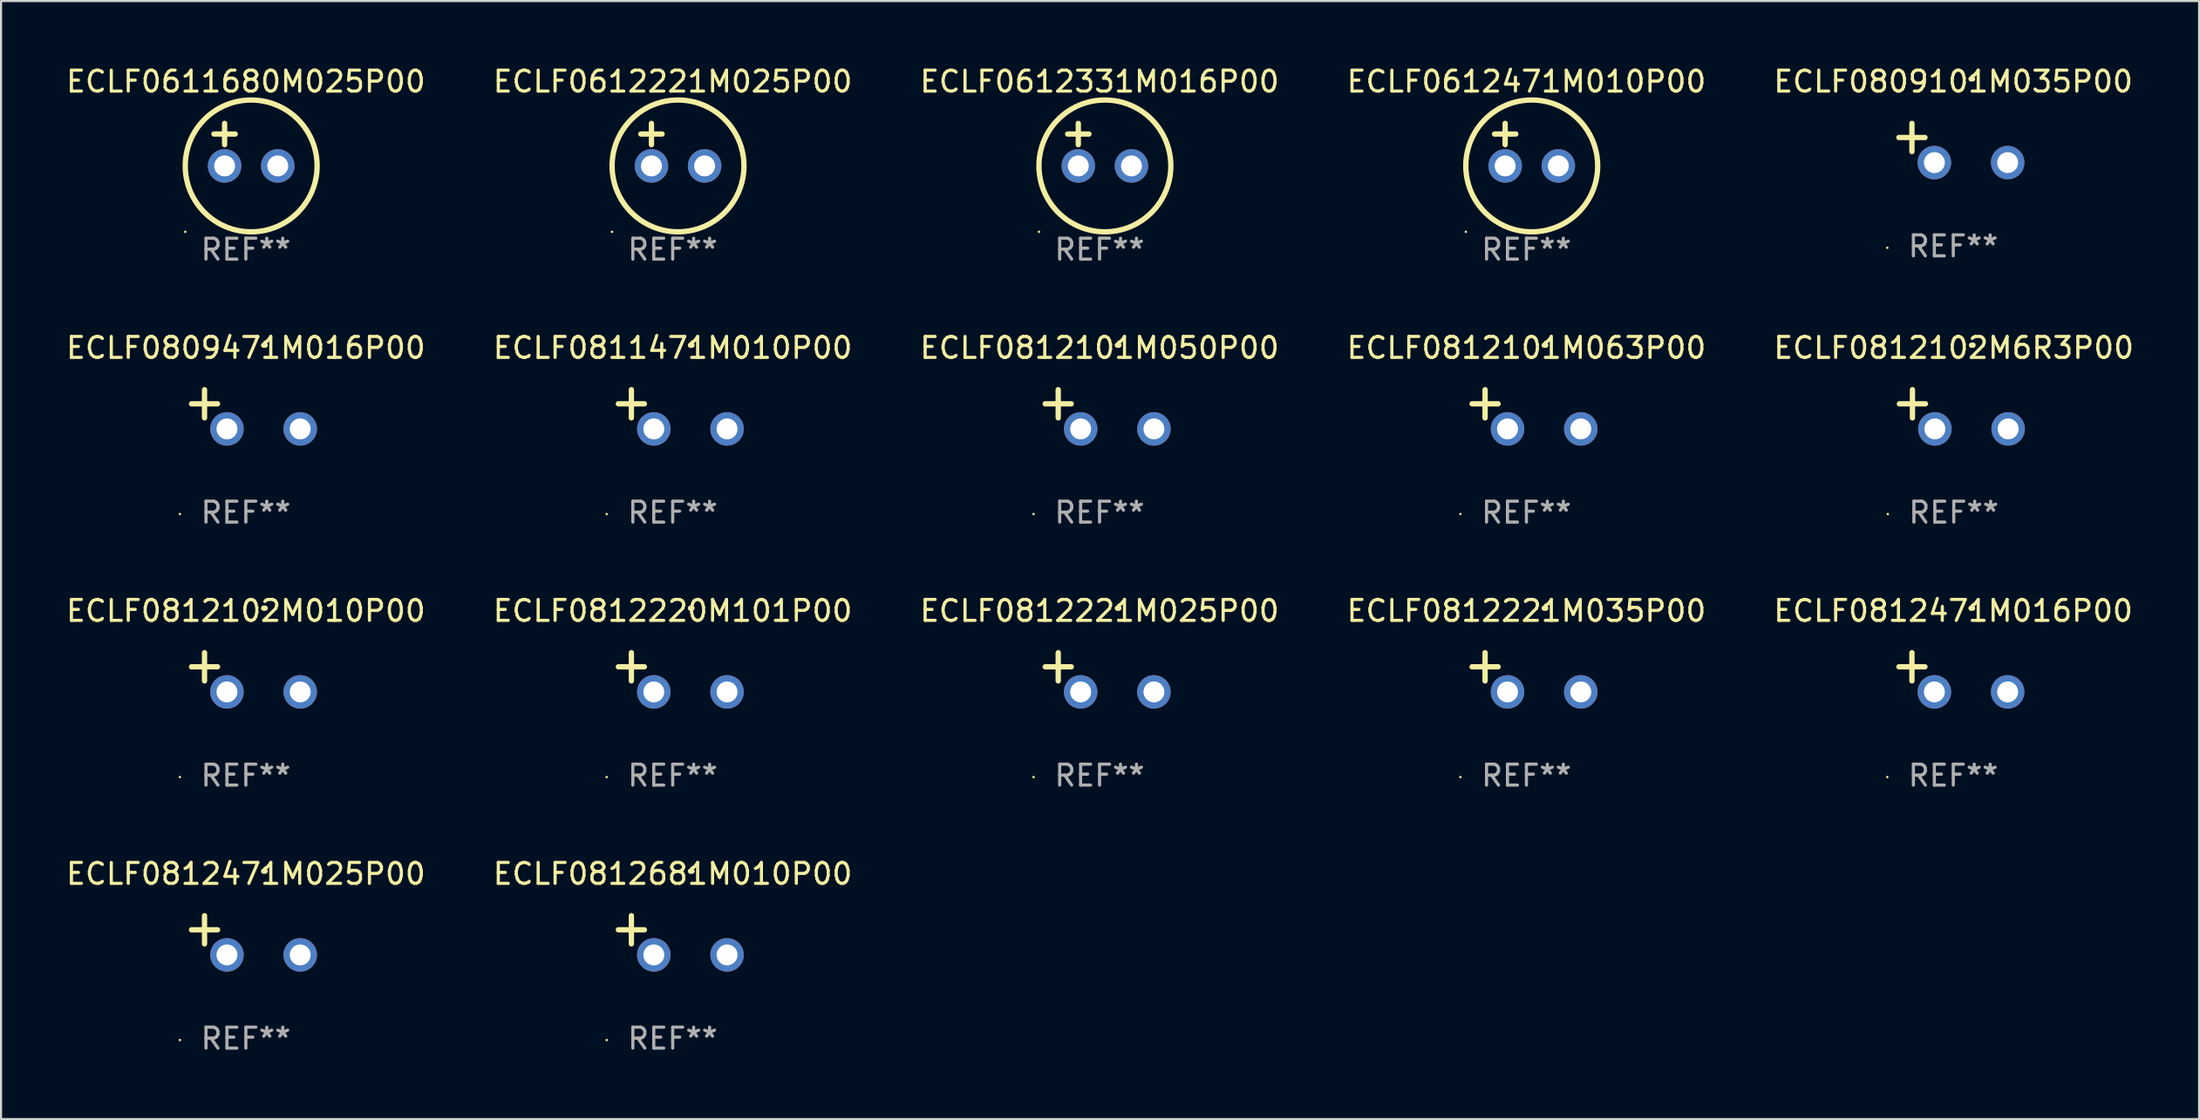
<source format=kicad_pcb>
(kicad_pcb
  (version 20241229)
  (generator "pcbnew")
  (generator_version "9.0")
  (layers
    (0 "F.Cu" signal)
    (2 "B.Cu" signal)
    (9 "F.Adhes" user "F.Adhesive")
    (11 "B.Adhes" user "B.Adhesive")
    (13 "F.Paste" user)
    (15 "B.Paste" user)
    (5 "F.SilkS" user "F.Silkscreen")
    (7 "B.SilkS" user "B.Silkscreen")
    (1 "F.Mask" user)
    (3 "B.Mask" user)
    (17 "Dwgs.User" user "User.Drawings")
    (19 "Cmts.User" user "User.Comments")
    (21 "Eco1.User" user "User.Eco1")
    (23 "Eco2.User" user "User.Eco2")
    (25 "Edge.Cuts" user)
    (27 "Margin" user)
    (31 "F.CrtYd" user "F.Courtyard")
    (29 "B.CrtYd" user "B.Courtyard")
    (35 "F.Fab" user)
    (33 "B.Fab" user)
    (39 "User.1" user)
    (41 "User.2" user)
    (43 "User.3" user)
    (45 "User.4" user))
  (footprint "ECLF0812471M016P00"
    (layer "F.Cu")
    (at 90.268 29.083)
    (property "Reference" "ECLF0812471M016P00" (at 0 -2.937 0) (layer "F.SilkS") (effects (font (size 1 1) (thickness 0.15))))
    (attr through_hole)
    (fp_line (start -1.975 0.41) (end -1.975 -0.937) (stroke (width 0.254) (type solid)) (layer "F.SilkS"))
    (fp_line (start -1.353 -0.263) (end -2.597 -0.263) (stroke (width 0.254) (type solid)) (layer "F.SilkS"))
    (fp_arc (start 0.849809 -3.063957) (mid 0.885369 -3.064114) (end 0.920929 -3.063957) (stroke (width 0.254001) (type solid)) (layer "F.SilkS"))
    (fp_circle (center -3.154 5.008) (end -3.124 5.008) (stroke (width 0.06) (type solid)) (fill no) (layer "F.SilkS"))
    (fp_text user "REF**" (at 0 4.937 0) (layer "F.Fab") (effects (font (size 1 1) (thickness 0.15))))
    (pad "1" thru_hole circle (at -0.903 0.937) (size 1.6 1.6) (drill 1) (layers "*.Cu" "*.Mask"))
    (pad "2" thru_hole circle (at 2.597 0.937) (size 1.6 1.6) (drill 1) (layers "*.Cu" "*.Mask")))
  (footprint "ECLF0612331M016P00"
    (layer "F.Cu")
    (at 49.482 3.864)
    (property "Reference" "ECLF0612331M016P00" (at 0 -3.016 0) (layer "F.SilkS") (effects (font (size 1 1) (thickness 0.15))))
    (attr through_hole)
    (fp_line (start -1.524 -0.508) (end -0.508 -0.508) (stroke (width 0.254) (type solid)) (layer "F.SilkS"))
    (fp_line (start -1.016 -1.016) (end -1.016 0) (stroke (width 0.254) (type solid)) (layer "F.SilkS"))
    (fp_circle (center -2.896 4.166) (end -2.866 4.166) (stroke (width 0.06) (type solid)) (fill no) (layer "F.SilkS"))
    (fp_circle (center 0.254 1.016) (end 3.404 1.016) (stroke (width 0.254) (type solid)) (fill no) (layer "F.SilkS"))
    (fp_text user "REF**" (at 0 5.016 0) (layer "F.Fab") (effects (font (size 1 1) (thickness 0.15))))
    (pad "1" thru_hole circle (at -1.016 1.016) (size 1.6 1.6) (drill 1) (layers "*.Cu" "*.Mask"))
    (pad "2" thru_hole circle (at 1.524 1.016) (size 1.6 1.6) (drill 1) (layers "*.Cu" "*.Mask")))
  (footprint "ECLF0809101M035P00"
    (layer "F.Cu")
    (at 90.268 3.785)
    (property "Reference" "ECLF0809101M035P00" (at 0 -2.937 0) (layer "F.SilkS") (effects (font (size 1 1) (thickness 0.15))))
    (attr through_hole)
    (fp_line (start -1.975 0.41) (end -1.975 -0.937) (stroke (width 0.254) (type solid)) (layer "F.SilkS"))
    (fp_line (start -1.353 -0.263) (end -2.597 -0.263) (stroke (width 0.254) (type solid)) (layer "F.SilkS"))
    (fp_arc (start 0.849809 -3.063957) (mid 0.885369 -3.064114) (end 0.920929 -3.063957) (stroke (width 0.254001) (type solid)) (layer "F.SilkS"))
    (fp_circle (center -3.154 5.008) (end -3.124 5.008) (stroke (width 0.06) (type solid)) (fill no) (layer "F.SilkS"))
    (fp_text user "REF**" (at 0 4.937 0) (layer "F.Fab") (effects (font (size 1 1) (thickness 0.15))))
    (pad "1" thru_hole circle (at -0.903 0.937) (size 1.6 1.6) (drill 1) (layers "*.Cu" "*.Mask"))
    (pad "2" thru_hole circle (at 2.597 0.937) (size 1.6 1.6) (drill 1) (layers "*.Cu" "*.Mask")))
  (footprint "ECLF0612221M025P00"
    (layer "F.Cu")
    (at 29.089 3.864)
    (property "Reference" "ECLF0612221M025P00" (at 0 -3.016 0) (layer "F.SilkS") (effects (font (size 1 1) (thickness 0.15))))
    (attr through_hole)
    (fp_line (start -1.524 -0.508) (end -0.508 -0.508) (stroke (width 0.254) (type solid)) (layer "F.SilkS"))
    (fp_line (start -1.016 -1.016) (end -1.016 0) (stroke (width 0.254) (type solid)) (layer "F.SilkS"))
    (fp_circle (center -2.896 4.166) (end -2.866 4.166) (stroke (width 0.06) (type solid)) (fill no) (layer "F.SilkS"))
    (fp_circle (center 0.254 1.016) (end 3.404 1.016) (stroke (width 0.254) (type solid)) (fill no) (layer "F.SilkS"))
    (fp_text user "REF**" (at 0 5.016 0) (layer "F.Fab") (effects (font (size 1 1) (thickness 0.15))))
    (pad "1" thru_hole circle (at -1.016 1.016) (size 1.6 1.6) (drill 1) (layers "*.Cu" "*.Mask"))
    (pad "2" thru_hole circle (at 1.524 1.016) (size 1.6 1.6) (drill 1) (layers "*.Cu" "*.Mask")))
  (footprint "ECLF0812221M025P00"
    (layer "F.Cu")
    (at 49.482 29.083)
    (property "Reference" "ECLF0812221M025P00" (at 0 -2.937 0) (layer "F.SilkS") (effects (font (size 1 1) (thickness 0.15))))
    (attr through_hole)
    (fp_line (start -1.975 0.41) (end -1.975 -0.937) (stroke (width 0.254) (type solid)) (layer "F.SilkS"))
    (fp_line (start -1.353 -0.263) (end -2.597 -0.263) (stroke (width 0.254) (type solid)) (layer "F.SilkS"))
    (fp_arc (start 0.849809 -3.063957) (mid 0.885369 -3.064114) (end 0.920929 -3.063957) (stroke (width 0.254001) (type solid)) (layer "F.SilkS"))
    (fp_circle (center -3.154 5.008) (end -3.124 5.008) (stroke (width 0.06) (type solid)) (fill no) (layer "F.SilkS"))
    (fp_text user "REF**" (at 0 4.937 0) (layer "F.Fab") (effects (font (size 1 1) (thickness 0.15))))
    (pad "1" thru_hole circle (at -0.903 0.937) (size 1.6 1.6) (drill 1) (layers "*.Cu" "*.Mask"))
    (pad "2" thru_hole circle (at 2.597 0.937) (size 1.6 1.6) (drill 1) (layers "*.Cu" "*.Mask")))
  (footprint "ECLF0612471M010P00"
    (layer "F.Cu")
    (at 69.875 3.864)
    (property "Reference" "ECLF0612471M010P00" (at 0 -3.016 0) (layer "F.SilkS") (effects (font (size 1 1) (thickness 0.15))))
    (attr through_hole)
    (fp_line (start -1.524 -0.508) (end -0.508 -0.508) (stroke (width 0.254) (type solid)) (layer "F.SilkS"))
    (fp_line (start -1.016 -1.016) (end -1.016 0) (stroke (width 0.254) (type solid)) (layer "F.SilkS"))
    (fp_circle (center -2.896 4.166) (end -2.866 4.166) (stroke (width 0.06) (type solid)) (fill no) (layer "F.SilkS"))
    (fp_circle (center 0.254 1.016) (end 3.404 1.016) (stroke (width 0.254) (type solid)) (fill no) (layer "F.SilkS"))
    (fp_text user "REF**" (at 0 5.016 0) (layer "F.Fab") (effects (font (size 1 1) (thickness 0.15))))
    (pad "1" thru_hole circle (at -1.016 1.016) (size 1.6 1.6) (drill 1) (layers "*.Cu" "*.Mask"))
    (pad "2" thru_hole circle (at 1.524 1.016) (size 1.6 1.6) (drill 1) (layers "*.Cu" "*.Mask")))
  (footprint "ECLF0812102M010P00"
    (layer "F.Cu")
    (at 8.696 29.083)
    (property "Reference" "ECLF0812102M010P00" (at 0 -2.937 0) (layer "F.SilkS") (effects (font (size 1 1) (thickness 0.15))))
    (attr through_hole)
    (fp_line (start -1.975 0.41) (end -1.975 -0.937) (stroke (width 0.254) (type solid)) (layer "F.SilkS"))
    (fp_line (start -1.353 -0.263) (end -2.597 -0.263) (stroke (width 0.254) (type solid)) (layer "F.SilkS"))
    (fp_arc (start 0.849809 -3.063957) (mid 0.885369 -3.064114) (end 0.920929 -3.063957) (stroke (width 0.254001) (type solid)) (layer "F.SilkS"))
    (fp_circle (center -3.154 5.008) (end -3.124 5.008) (stroke (width 0.06) (type solid)) (fill no) (layer "F.SilkS"))
    (fp_text user "REF**" (at 0 4.937 0) (layer "F.Fab") (effects (font (size 1 1) (thickness 0.15))))
    (pad "1" thru_hole circle (at -0.903 0.937) (size 1.6 1.6) (drill 1) (layers "*.Cu" "*.Mask"))
    (pad "2" thru_hole circle (at 2.597 0.937) (size 1.6 1.6) (drill 1) (layers "*.Cu" "*.Mask")))
  (footprint "ECLF0811471M010P00"
    (layer "F.Cu")
    (at 29.089 16.513)
    (property "Reference" "ECLF0811471M010P00" (at 0 -2.937 0) (layer "F.SilkS") (effects (font (size 1 1) (thickness 0.15))))
    (attr through_hole)
    (fp_line (start -1.975 0.41) (end -1.975 -0.937) (stroke (width 0.254) (type solid)) (layer "F.SilkS"))
    (fp_line (start -1.353 -0.263) (end -2.597 -0.263) (stroke (width 0.254) (type solid)) (layer "F.SilkS"))
    (fp_arc (start 0.849809 -3.063957) (mid 0.885369 -3.064114) (end 0.920929 -3.063957) (stroke (width 0.254001) (type solid)) (layer "F.SilkS"))
    (fp_circle (center -3.154 5.008) (end -3.124 5.008) (stroke (width 0.06) (type solid)) (fill no) (layer "F.SilkS"))
    (fp_text user "REF**" (at 0 4.937 0) (layer "F.Fab") (effects (font (size 1 1) (thickness 0.15))))
    (pad "1" thru_hole circle (at -0.903 0.937) (size 1.6 1.6) (drill 1) (layers "*.Cu" "*.Mask"))
    (pad "2" thru_hole circle (at 2.597 0.937) (size 1.6 1.6) (drill 1) (layers "*.Cu" "*.Mask")))
  (footprint "ECLF0809471M016P00"
    (layer "F.Cu")
    (at 8.696 16.513)
    (property "Reference" "ECLF0809471M016P00" (at 0 -2.937 0) (layer "F.SilkS") (effects (font (size 1 1) (thickness 0.15))))
    (attr through_hole)
    (fp_line (start -1.975 0.41) (end -1.975 -0.937) (stroke (width 0.254) (type solid)) (layer "F.SilkS"))
    (fp_line (start -1.353 -0.263) (end -2.597 -0.263) (stroke (width 0.254) (type solid)) (layer "F.SilkS"))
    (fp_arc (start 0.849809 -3.063957) (mid 0.885369 -3.064114) (end 0.920929 -3.063957) (stroke (width 0.254001) (type solid)) (layer "F.SilkS"))
    (fp_circle (center -3.154 5.008) (end -3.124 5.008) (stroke (width 0.06) (type solid)) (fill no) (layer "F.SilkS"))
    (fp_text user "REF**" (at 0 4.937 0) (layer "F.Fab") (effects (font (size 1 1) (thickness 0.15))))
    (pad "1" thru_hole circle (at -0.903 0.937) (size 1.6 1.6) (drill 1) (layers "*.Cu" "*.Mask"))
    (pad "2" thru_hole circle (at 2.597 0.937) (size 1.6 1.6) (drill 1) (layers "*.Cu" "*.Mask")))
  (footprint "ECLF0812681M010P00"
    (layer "F.Cu")
    (at 29.089 41.653)
    (property "Reference" "ECLF0812681M010P00" (at 0 -2.937 0) (layer "F.SilkS") (effects (font (size 1 1) (thickness 0.15))))
    (attr through_hole)
    (fp_line (start -1.975 0.41) (end -1.975 -0.937) (stroke (width 0.254) (type solid)) (layer "F.SilkS"))
    (fp_line (start -1.353 -0.263) (end -2.597 -0.263) (stroke (width 0.254) (type solid)) (layer "F.SilkS"))
    (fp_arc (start 0.849809 -3.063957) (mid 0.885369 -3.064114) (end 0.920929 -3.063957) (stroke (width 0.254001) (type solid)) (layer "F.SilkS"))
    (fp_circle (center -3.154 5.008) (end -3.124 5.008) (stroke (width 0.06) (type solid)) (fill no) (layer "F.SilkS"))
    (fp_text user "REF**" (at 0 4.937 0) (layer "F.Fab") (effects (font (size 1 1) (thickness 0.15))))
    (pad "1" thru_hole circle (at -0.903 0.937) (size 1.6 1.6) (drill 1) (layers "*.Cu" "*.Mask"))
    (pad "2" thru_hole circle (at 2.597 0.937) (size 1.6 1.6) (drill 1) (layers "*.Cu" "*.Mask")))
  (footprint "ECLF0611680M025P00"
    (layer "F.Cu")
    (at 8.696 3.864)
    (property "Reference" "ECLF0611680M025P00" (at 0 -3.016 0) (layer "F.SilkS") (effects (font (size 1 1) (thickness 0.15))))
    (attr through_hole)
    (fp_line (start -1.524 -0.508) (end -0.508 -0.508) (stroke (width 0.254) (type solid)) (layer "F.SilkS"))
    (fp_line (start -1.016 -1.016) (end -1.016 0) (stroke (width 0.254) (type solid)) (layer "F.SilkS"))
    (fp_circle (center -2.896 4.166) (end -2.866 4.166) (stroke (width 0.06) (type solid)) (fill no) (layer "F.SilkS"))
    (fp_circle (center 0.254 1.016) (end 3.404 1.016) (stroke (width 0.254) (type solid)) (fill no) (layer "F.SilkS"))
    (fp_text user "REF**" (at 0 5.016 0) (layer "F.Fab") (effects (font (size 1 1) (thickness 0.15))))
    (pad "1" thru_hole circle (at -1.016 1.016) (size 1.6 1.6) (drill 1) (layers "*.Cu" "*.Mask"))
    (pad "2" thru_hole circle (at 1.524 1.016) (size 1.6 1.6) (drill 1) (layers "*.Cu" "*.Mask")))
  (footprint "ECLF0812471M025P00"
    (layer "F.Cu")
    (at 8.696 41.653)
    (property "Reference" "ECLF0812471M025P00" (at 0 -2.937 0) (layer "F.SilkS") (effects (font (size 1 1) (thickness 0.15))))
    (attr through_hole)
    (fp_line (start -1.975 0.41) (end -1.975 -0.937) (stroke (width 0.254) (type solid)) (layer "F.SilkS"))
    (fp_line (start -1.353 -0.263) (end -2.597 -0.263) (stroke (width 0.254) (type solid)) (layer "F.SilkS"))
    (fp_arc (start 0.849809 -3.063957) (mid 0.885369 -3.064114) (end 0.920929 -3.063957) (stroke (width 0.254001) (type solid)) (layer "F.SilkS"))
    (fp_circle (center -3.154 5.008) (end -3.124 5.008) (stroke (width 0.06) (type solid)) (fill no) (layer "F.SilkS"))
    (fp_text user "REF**" (at 0 4.937 0) (layer "F.Fab") (effects (font (size 1 1) (thickness 0.15))))
    (pad "1" thru_hole circle (at -0.903 0.937) (size 1.6 1.6) (drill 1) (layers "*.Cu" "*.Mask"))
    (pad "2" thru_hole circle (at 2.597 0.937) (size 1.6 1.6) (drill 1) (layers "*.Cu" "*.Mask")))
  (footprint "ECLF0812102M6R3P00"
    (layer "F.Cu")
    (at 90.292 16.513)
    (property "Reference" "ECLF0812102M6R3P00" (at 0 -2.937 0) (layer "F.SilkS") (effects (font (size 1 1) (thickness 0.15))))
    (attr through_hole)
    (fp_line (start -1.975 0.41) (end -1.975 -0.937) (stroke (width 0.254) (type solid)) (layer "F.SilkS"))
    (fp_line (start -1.353 -0.263) (end -2.597 -0.263) (stroke (width 0.254) (type solid)) (layer "F.SilkS"))
    (fp_arc (start 0.849809 -3.063957) (mid 0.885369 -3.064114) (end 0.920929 -3.063957) (stroke (width 0.254001) (type solid)) (layer "F.SilkS"))
    (fp_circle (center -3.154 5.008) (end -3.124 5.008) (stroke (width 0.06) (type solid)) (fill no) (layer "F.SilkS"))
    (fp_text user "REF**" (at 0 4.937 0) (layer "F.Fab") (effects (font (size 1 1) (thickness 0.15))))
    (pad "1" thru_hole circle (at -0.903 0.937) (size 1.6 1.6) (drill 1) (layers "*.Cu" "*.Mask"))
    (pad "2" thru_hole circle (at 2.597 0.937) (size 1.6 1.6) (drill 1) (layers "*.Cu" "*.Mask")))
  (footprint "ECLF0812101M063P00"
    (layer "F.Cu")
    (at 69.875 16.513)
    (property "Reference" "ECLF0812101M063P00" (at 0 -2.937 0) (layer "F.SilkS") (effects (font (size 1 1) (thickness 0.15))))
    (attr through_hole)
    (fp_line (start -1.975 0.41) (end -1.975 -0.937) (stroke (width 0.254) (type solid)) (layer "F.SilkS"))
    (fp_line (start -1.353 -0.263) (end -2.597 -0.263) (stroke (width 0.254) (type solid)) (layer "F.SilkS"))
    (fp_arc (start 0.849809 -3.063957) (mid 0.885369 -3.064114) (end 0.920929 -3.063957) (stroke (width 0.254001) (type solid)) (layer "F.SilkS"))
    (fp_circle (center -3.154 5.008) (end -3.124 5.008) (stroke (width 0.06) (type solid)) (fill no) (layer "F.SilkS"))
    (fp_text user "REF**" (at 0 4.937 0) (layer "F.Fab") (effects (font (size 1 1) (thickness 0.15))))
    (pad "1" thru_hole circle (at -0.903 0.937) (size 1.6 1.6) (drill 1) (layers "*.Cu" "*.Mask"))
    (pad "2" thru_hole circle (at 2.597 0.937) (size 1.6 1.6) (drill 1) (layers "*.Cu" "*.Mask")))
  (footprint "ECLF0812220M101P00"
    (layer "F.Cu")
    (at 29.089 29.083)
    (property "Reference" "ECLF0812220M101P00" (at 0 -2.937 0) (layer "F.SilkS") (effects (font (size 1 1) (thickness 0.15))))
    (attr through_hole)
    (fp_line (start -1.975 0.41) (end -1.975 -0.937) (stroke (width 0.254) (type solid)) (layer "F.SilkS"))
    (fp_line (start -1.353 -0.263) (end -2.597 -0.263) (stroke (width 0.254) (type solid)) (layer "F.SilkS"))
    (fp_arc (start 0.849809 -3.063957) (mid 0.885369 -3.064114) (end 0.920929 -3.063957) (stroke (width 0.254001) (type solid)) (layer "F.SilkS"))
    (fp_circle (center -3.154 5.008) (end -3.124 5.008) (stroke (width 0.06) (type solid)) (fill no) (layer "F.SilkS"))
    (fp_text user "REF**" (at 0 4.937 0) (layer "F.Fab") (effects (font (size 1 1) (thickness 0.15))))
    (pad "1" thru_hole circle (at -0.903 0.937) (size 1.6 1.6) (drill 1) (layers "*.Cu" "*.Mask"))
    (pad "2" thru_hole circle (at 2.597 0.937) (size 1.6 1.6) (drill 1) (layers "*.Cu" "*.Mask")))
  (footprint "ECLF0812221M035P00"
    (layer "F.Cu")
    (at 69.875 29.083)
    (property "Reference" "ECLF0812221M035P00" (at 0 -2.937 0) (layer "F.SilkS") (effects (font (size 1 1) (thickness 0.15))))
    (attr through_hole)
    (fp_line (start -1.975 0.41) (end -1.975 -0.937) (stroke (width 0.254) (type solid)) (layer "F.SilkS"))
    (fp_line (start -1.353 -0.263) (end -2.597 -0.263) (stroke (width 0.254) (type solid)) (layer "F.SilkS"))
    (fp_arc (start 0.849809 -3.063957) (mid 0.885369 -3.064114) (end 0.920929 -3.063957) (stroke (width 0.254001) (type solid)) (layer "F.SilkS"))
    (fp_circle (center -3.154 5.008) (end -3.124 5.008) (stroke (width 0.06) (type solid)) (fill no) (layer "F.SilkS"))
    (fp_text user "REF**" (at 0 4.937 0) (layer "F.Fab") (effects (font (size 1 1) (thickness 0.15))))
    (pad "1" thru_hole circle (at -0.903 0.937) (size 1.6 1.6) (drill 1) (layers "*.Cu" "*.Mask"))
    (pad "2" thru_hole circle (at 2.597 0.937) (size 1.6 1.6) (drill 1) (layers "*.Cu" "*.Mask")))
  (footprint "ECLF0812101M050P00"
    (layer "F.Cu")
    (at 49.482 16.513)
    (property "Reference" "ECLF0812101M050P00" (at 0 -2.937 0) (layer "F.SilkS") (effects (font (size 1 1) (thickness 0.15))))
    (attr through_hole)
    (fp_line (start -1.975 0.41) (end -1.975 -0.937) (stroke (width 0.254) (type solid)) (layer "F.SilkS"))
    (fp_line (start -1.353 -0.263) (end -2.597 -0.263) (stroke (width 0.254) (type solid)) (layer "F.SilkS"))
    (fp_arc (start 0.849809 -3.063957) (mid 0.885369 -3.064114) (end 0.920929 -3.063957) (stroke (width 0.254001) (type solid)) (layer "F.SilkS"))
    (fp_circle (center -3.154 5.008) (end -3.124 5.008) (stroke (width 0.06) (type solid)) (fill no) (layer "F.SilkS"))
    (fp_text user "REF**" (at 0 4.937 0) (layer "F.Fab") (effects (font (size 1 1) (thickness 0.15))))
    (pad "1" thru_hole circle (at -0.903 0.937) (size 1.6 1.6) (drill 1) (layers "*.Cu" "*.Mask"))
    (pad "2" thru_hole circle (at 2.597 0.937) (size 1.6 1.6) (drill 1) (layers "*.Cu" "*.Mask")))
  (gr_rect
    (start -3 -3)
    (end 102.012 50.437)
    (stroke (width 0.1) (type default))
    (fill no)
    (layer "Edge.Cuts")))
</source>
